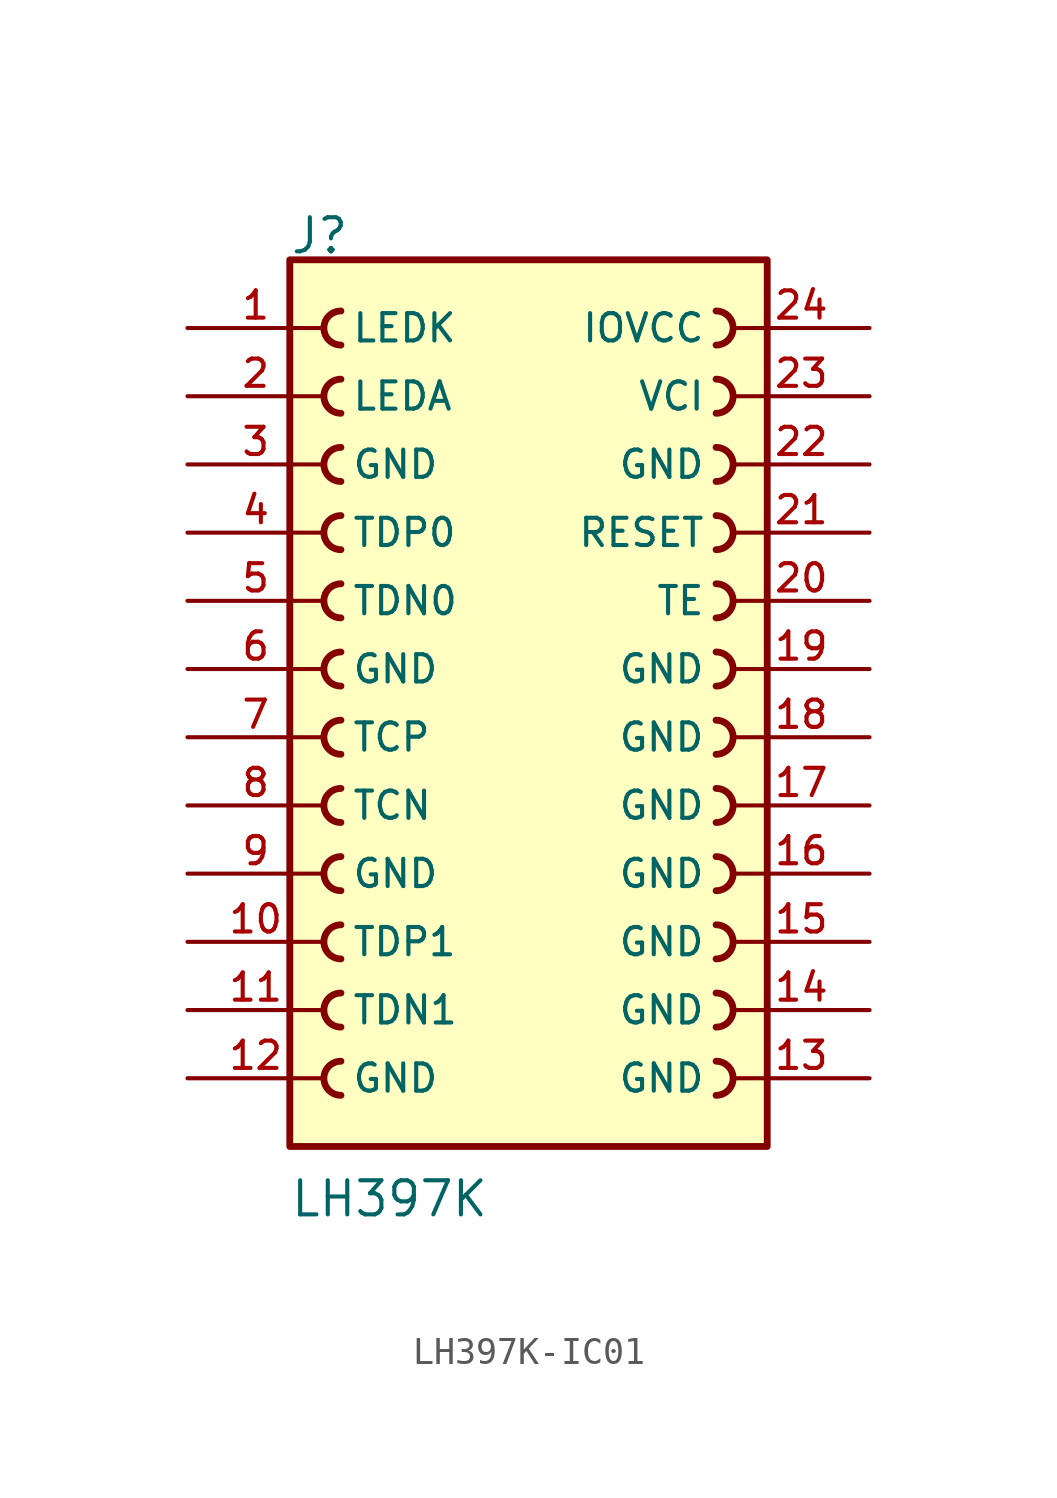
<source format=kicad_sym>
(kicad_symbol_lib
  (version 20231120)
  (generator "kicad_symbol_editor")
  (generator_version "8.0")
  (symbol "LH397K-IC01"
    (pin_names
      (offset 1.016))
    (property "Reference" "J"
      (at -8.908 15.393 0)
      (effects (font (size 1.27 1.27)) (justify left bottom)))
    (property "Value" "LH397K"
      (at -8.906 -20.472 0)
      (effects (font (size 1.27 1.27)) (justify left bottom)))
    (symbol "LH397K-IC01_0_0"
      (rectangle (start -8.89 15.24) (end 8.89 -17.78) (stroke (width 0.254) (type default)) (fill (type background)))
      (arc (start -6.985 -14.605) (mid -7.6172 -15.24) (end -6.985 -15.875) (stroke (width 0.254) (type default)) (fill (type none)))
      (arc (start -6.985 -12.065) (mid -7.6172 -12.7) (end -6.985 -13.335) (stroke (width 0.254) (type default)) (fill (type none)))
      (arc (start -6.985 -9.525) (mid -7.6172 -10.16) (end -6.985 -10.795) (stroke (width 0.254) (type default)) (fill (type none)))
      (arc (start -6.985 -6.985) (mid -7.6172 -7.62) (end -6.985 -8.255) (stroke (width 0.254) (type default)) (fill (type none)))
      (arc (start -6.985 -4.445) (mid -7.6172 -5.08) (end -6.985 -5.715) (stroke (width 0.254) (type default)) (fill (type none)))
      (arc (start -6.985 -1.905) (mid -7.6172 -2.54) (end -6.985 -3.175) (stroke (width 0.254) (type default)) (fill (type none)))
      (arc (start -6.985 0.635) (mid -7.6172 0) (end -6.985 -0.635) (stroke (width 0.254) (type default)) (fill (type none)))
      (arc (start -6.985 3.175) (mid -7.6172 2.54) (end -6.985 1.905) (stroke (width 0.254) (type default)) (fill (type none)))
      (arc (start -6.985 5.715) (mid -7.6172 5.08) (end -6.985 4.445) (stroke (width 0.254) (type default)) (fill (type none)))
      (arc (start -6.985 8.255) (mid -7.6172 7.62) (end -6.985 6.985) (stroke (width 0.254) (type default)) (fill (type none)))
      (arc (start -6.985 10.795) (mid -7.6172 10.16) (end -6.985 9.525) (stroke (width 0.254) (type default)) (fill (type none)))
      (arc (start -6.985 13.335) (mid -7.6172 12.7) (end -6.985 12.065) (stroke (width 0.254) (type default)) (fill (type none)))
      (arc (start 6.985 -15.875) (mid 7.6172 -15.24) (end 6.985 -14.605) (stroke (width 0.254) (type default)) (fill (type none)))
      (arc (start 6.985 -13.335) (mid 7.6172 -12.7) (end 6.985 -12.065) (stroke (width 0.254) (type default)) (fill (type none)))
      (arc (start 6.985 -10.795) (mid 7.6172 -10.16) (end 6.985 -9.525) (stroke (width 0.254) (type default)) (fill (type none)))
      (arc (start 6.985 -8.255) (mid 7.6172 -7.62) (end 6.985 -6.985) (stroke (width 0.254) (type default)) (fill (type none)))
      (arc (start 6.985 -5.715) (mid 7.6172 -5.08) (end 6.985 -4.445) (stroke (width 0.254) (type default)) (fill (type none)))
      (arc (start 6.985 -3.175) (mid 7.6172 -2.54) (end 6.985 -1.905) (stroke (width 0.254) (type default)) (fill (type none)))
      (arc (start 6.985 -0.635) (mid 7.6172 0) (end 6.985 0.635) (stroke (width 0.254) (type default)) (fill (type none)))
      (arc (start 6.985 1.905) (mid 7.6172 2.54) (end 6.985 3.175) (stroke (width 0.254) (type default)) (fill (type none)))
      (arc (start 6.985 4.445) (mid 7.6172 5.08) (end 6.985 5.715) (stroke (width 0.254) (type default)) (fill (type none)))
      (arc (start 6.985 6.985) (mid 7.6172 7.62) (end 6.985 8.255) (stroke (width 0.254) (type default)) (fill (type none)))
      (arc (start 6.985 9.525) (mid 7.6172 10.16) (end 6.985 10.795) (stroke (width 0.254) (type default)) (fill (type none)))
      (arc (start 6.985 12.065) (mid 7.6172 12.7) (end 6.985 13.335) (stroke (width 0.254) (type default)) (fill (type none))))
    (symbol "LH397K-IC01_1_0"
      (pin power_in line (at -12.7 12.7 0) (length 5.08) (name "LEDK" (effects (font (size 1.016 1.016)))) (number "1" (effects (font (size 1.016 1.016)))))
      (pin input line (at -12.7 -10.16 0) (length 5.08) (name "TDP1" (effects (font (size 1.016 1.016)))) (number "10" (effects (font (size 1.016 1.016)))))
      (pin input line (at -12.7 -12.7 0) (length 5.08) (name "TDN1" (effects (font (size 1.016 1.016)))) (number "11" (effects (font (size 1.016 1.016)))))
      (pin power_in line (at -12.7 -15.24 0) (length 5.08) (name "GND" (effects (font (size 1.016 1.016)))) (number "12" (effects (font (size 1.016 1.016)))))
      (pin power_in line (at 12.7 -15.24 180) (length 5.08) (name "GND" (effects (font (size 1.016 1.016)))) (number "13" (effects (font (size 1.016 1.016)))))
      (pin power_in line (at 12.7 -12.7 180) (length 5.08) (name "GND" (effects (font (size 1.016 1.016)))) (number "14" (effects (font (size 1.016 1.016)))))
      (pin power_in line (at 12.7 -10.16 180) (length 5.08) (name "GND" (effects (font (size 1.016 1.016)))) (number "15" (effects (font (size 1.016 1.016)))))
      (pin power_in line (at 12.7 -7.62 180) (length 5.08) (name "GND" (effects (font (size 1.016 1.016)))) (number "16" (effects (font (size 1.016 1.016)))))
      (pin power_in line (at 12.7 -5.08 180) (length 5.08) (name "GND" (effects (font (size 1.016 1.016)))) (number "17" (effects (font (size 1.016 1.016)))))
      (pin power_in line (at 12.7 -2.54 180) (length 5.08) (name "GND" (effects (font (size 1.016 1.016)))) (number "18" (effects (font (size 1.016 1.016)))))
      (pin power_in line (at 12.7 0 180) (length 5.08) (name "GND" (effects (font (size 1.016 1.016)))) (number "19" (effects (font (size 1.016 1.016)))))
      (pin power_in line (at -12.7 10.16 0) (length 5.08) (name "LEDA" (effects (font (size 1.016 1.016)))) (number "2" (effects (font (size 1.016 1.016)))))
      (pin output line (at 12.7 2.54 180) (length 5.08) (name "TE" (effects (font (size 1.016 1.016)))) (number "20" (effects (font (size 1.016 1.016)))))
      (pin input line (at 12.7 5.08 180) (length 5.08) (name "RESET" (effects (font (size 1.016 1.016)))) (number "21" (effects (font (size 1.016 1.016)))))
      (pin power_in line (at 12.7 7.62 180) (length 5.08) (name "GND" (effects (font (size 1.016 1.016)))) (number "22" (effects (font (size 1.016 1.016)))))
      (pin power_in line (at 12.7 10.16 180) (length 5.08) (name "VCI" (effects (font (size 1.016 1.016)))) (number "23" (effects (font (size 1.016 1.016)))))
      (pin power_in line (at 12.7 12.7 180) (length 5.08) (name "IOVCC" (effects (font (size 1.016 1.016)))) (number "24" (effects (font (size 1.016 1.016)))))
      (pin power_in line (at -12.7 7.62 0) (length 5.08) (name "GND" (effects (font (size 1.016 1.016)))) (number "3" (effects (font (size 1.016 1.016)))))
      (pin input line (at -12.7 5.08 0) (length 5.08) (name "TDP0" (effects (font (size 1.016 1.016)))) (number "4" (effects (font (size 1.016 1.016)))))
      (pin input line (at -12.7 2.54 0) (length 5.08) (name "TDN0" (effects (font (size 1.016 1.016)))) (number "5" (effects (font (size 1.016 1.016)))))
      (pin power_in line (at -12.7 0 0) (length 5.08) (name "GND" (effects (font (size 1.016 1.016)))) (number "6" (effects (font (size 1.016 1.016)))))
      (pin input line (at -12.7 -2.54 0) (length 5.08) (name "TCP" (effects (font (size 1.016 1.016)))) (number "7" (effects (font (size 1.016 1.016)))))
      (pin input line (at -12.7 -5.08 0) (length 5.08) (name "TCN" (effects (font (size 1.016 1.016)))) (number "8" (effects (font (size 1.016 1.016)))))
      (pin power_in line (at -12.7 -7.62 0) (length 5.08) (name "GND" (effects (font (size 1.016 1.016)))) (number "9" (effects (font (size 1.016 1.016))))))))
</source>
